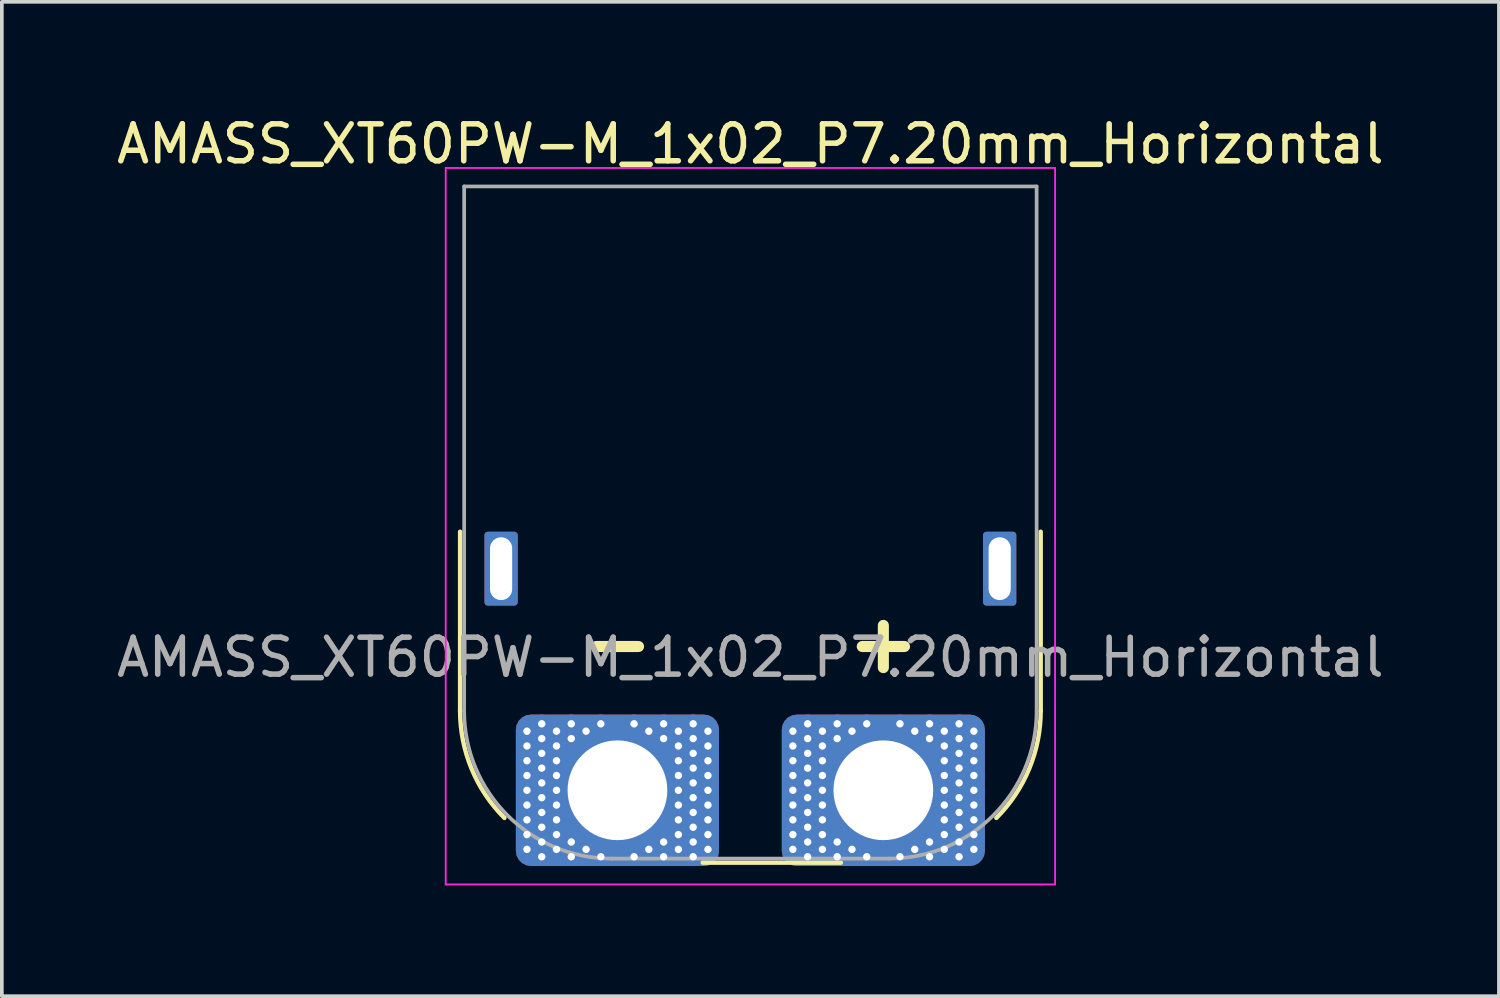
<source format=kicad_pcb>
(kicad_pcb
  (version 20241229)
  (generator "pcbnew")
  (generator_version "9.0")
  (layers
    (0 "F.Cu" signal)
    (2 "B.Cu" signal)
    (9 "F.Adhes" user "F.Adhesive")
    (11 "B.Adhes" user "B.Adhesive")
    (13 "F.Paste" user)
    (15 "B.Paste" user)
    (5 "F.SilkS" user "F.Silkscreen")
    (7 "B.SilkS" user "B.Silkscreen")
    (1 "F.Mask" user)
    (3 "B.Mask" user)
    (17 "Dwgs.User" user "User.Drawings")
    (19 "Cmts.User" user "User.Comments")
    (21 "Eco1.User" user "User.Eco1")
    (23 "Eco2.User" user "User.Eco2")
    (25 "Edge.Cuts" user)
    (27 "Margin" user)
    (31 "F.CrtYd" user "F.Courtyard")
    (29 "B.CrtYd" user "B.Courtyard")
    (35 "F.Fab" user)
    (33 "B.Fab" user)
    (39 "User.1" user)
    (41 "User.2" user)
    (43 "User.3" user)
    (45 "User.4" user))
  (footprint "AMASS_XT60PW-M_1x02_P7.20mm_Horizontal"
    (layer "F.Cu")
    (at 13.668 18.348)
    (property "Reference" "AMASS_XT60PW-M_1x02_P7.20mm_Horizontal" (at 3.6 -17.5 0) (layer "F.SilkS") (effects (font (size 1 1) (thickness 0.15))))
    (attr through_hole)
    (fp_line (start -4.26 -7) (end -4.26 -2.15) (stroke (width 0.12) (type solid)) (layer "F.SilkS"))
    (fp_line (start 2.31 1.96) (end 6.05 1.96) (stroke (width 0.12) (type solid)) (layer "F.SilkS"))
    (fp_line (start 11.46 -7) (end 11.46 -2.15) (stroke (width 0.12) (type solid)) (layer "F.SilkS"))
    (fp_arc (start -3.059582 0.748066) (mid -3.948022 -0.581578) (end -4.26 -2.15) (stroke (width 0.12) (type solid)) (layer "F.SilkS"))
    (fp_arc (start 11.46 -2.15) (mid 11.148022 -0.581578) (end 10.259582 0.748066) (stroke (width 0.12) (type solid)) (layer "F.SilkS"))
    (fp_line (start -4.65 -16.85) (end -4.65 2.55) (stroke (width 0.05) (type solid)) (layer "F.CrtYd"))
    (fp_line (start -4.65 -16.85) (end 11.85 -16.85) (stroke (width 0.05) (type solid)) (layer "F.CrtYd"))
    (fp_line (start 11.85 -16.85) (end 11.85 2.55) (stroke (width 0.05) (type solid)) (layer "F.CrtYd"))
    (fp_line (start 11.85 2.55) (end -4.65 2.55) (stroke (width 0.05) (type solid)) (layer "F.CrtYd"))
    (fp_line (start -4.15 -16.35) (end -4.15 -2.15) (stroke (width 0.1) (type solid)) (layer "F.Fab"))
    (fp_line (start -4.15 -16.35) (end 11.35 -16.35) (stroke (width 0.1) (type solid)) (layer "F.Fab"))
    (fp_line (start -0.15 1.85) (end 7.35 1.85) (stroke (width 0.1) (type solid)) (layer "F.Fab"))
    (fp_line (start 11.35 -16.35) (end 11.35 -2.15) (stroke (width 0.1) (type solid)) (layer "F.Fab"))
    (fp_arc (start -0.15 1.85) (mid -2.978427 0.678427) (end -4.15 -2.15) (stroke (width 0.1) (type solid)) (layer "F.Fab"))
    (fp_arc (start 11.35 -2.15) (mid 10.178427 0.678427) (end 7.35 1.85) (stroke (width 0.1) (type solid)) (layer "F.Fab"))
    (fp_text user "-" (at 0 -4 0) (layer "F.SilkS") (effects (font (size 1.5 1.5) (thickness 0.3) (bold yes))))
    (fp_text user "+" (at 7.2 -4 0) (layer "F.SilkS") (effects (font (size 1.5 1.5) (thickness 0.3) (bold yes))))
    (fp_text user "${REFERENCE}" (at 3.6 -3.6 0) (layer "F.Fab") (effects (font (size 1 1) (thickness 0.15))))
    (pad "1" thru_hole circle (at -2.45 -1.6 90) (size 0.5 0.5) (drill 0.2) (layers "*.Cu"))
    (pad "1" thru_hole circle (at -2.45 -1.2 90) (size 0.5 0.5) (drill 0.2) (layers "*.Cu"))
    (pad "1" thru_hole circle (at -2.45 -0.8 90) (size 0.5 0.5) (drill 0.2) (layers "*.Cu"))
    (pad "1" thru_hole circle (at -2.45 -0.4 90) (size 0.5 0.5) (drill 0.2) (layers "*.Cu"))
    (pad "1" thru_hole circle (at -2.45 0 90) (size 0.5 0.5) (drill 0.2) (layers "*.Cu"))
    (pad "1" thru_hole circle (at -2.45 0.4 90) (size 0.5 0.5) (drill 0.2) (layers "*.Cu"))
    (pad "1" thru_hole circle (at -2.45 0.8 90) (size 0.5 0.5) (drill 0.2) (layers "*.Cu"))
    (pad "1" thru_hole circle (at -2.45 1.2 90) (size 0.5 0.5) (drill 0.2) (layers "*.Cu"))
    (pad "1" thru_hole circle (at -2.45 1.6 90) (size 0.5 0.5) (drill 0.2) (layers "*.Cu"))
    (pad "1" thru_hole circle (at -2.05 -1.8 90) (size 0.5 0.5) (drill 0.2) (layers "*.Cu"))
    (pad "1" thru_hole circle (at -2.05 -1.4 90) (size 0.5 0.5) (drill 0.2) (layers "*.Cu"))
    (pad "1" thru_hole circle (at -2.05 -1 90) (size 0.5 0.5) (drill 0.2) (layers "*.Cu"))
    (pad "1" thru_hole circle (at -2.05 -0.6 90) (size 0.5 0.5) (drill 0.2) (layers "*.Cu"))
    (pad "1" thru_hole circle (at -2.05 -0.2 90) (size 0.5 0.5) (drill 0.2) (layers "*.Cu"))
    (pad "1" thru_hole circle (at -2.05 0.2 90) (size 0.5 0.5) (drill 0.2) (layers "*.Cu"))
    (pad "1" thru_hole circle (at -2.05 0.6 90) (size 0.5 0.5) (drill 0.2) (layers "*.Cu"))
    (pad "1" thru_hole circle (at -2.05 1 90) (size 0.5 0.5) (drill 0.2) (layers "*.Cu"))
    (pad "1" thru_hole circle (at -2.05 1.4 90) (size 0.5 0.5) (drill 0.2) (layers "*.Cu"))
    (pad "1" thru_hole circle (at -2.05 1.8 90) (size 0.5 0.5) (drill 0.2) (layers "*.Cu"))
    (pad "1" thru_hole circle (at -1.65 -1.6 90) (size 0.5 0.5) (drill 0.2) (layers "*.Cu"))
    (pad "1" thru_hole circle (at -1.65 -1.2 90) (size 0.5 0.5) (drill 0.2) (layers "*.Cu"))
    (pad "1" thru_hole circle (at -1.65 -0.8 90) (size 0.5 0.5) (drill 0.2) (layers "*.Cu"))
    (pad "1" thru_hole circle (at -1.65 -0.4 90) (size 0.5 0.5) (drill 0.2) (layers "*.Cu"))
    (pad "1" thru_hole circle (at -1.65 0 90) (size 0.5 0.5) (drill 0.2) (layers "*.Cu"))
    (pad "1" thru_hole circle (at -1.65 0.4 90) (size 0.5 0.5) (drill 0.2) (layers "*.Cu"))
    (pad "1" thru_hole circle (at -1.65 0.8 90) (size 0.5 0.5) (drill 0.2) (layers "*.Cu"))
    (pad "1" thru_hole circle (at -1.65 1.2 90) (size 0.5 0.5) (drill 0.2) (layers "*.Cu"))
    (pad "1" thru_hole circle (at -1.65 1.6 90) (size 0.5 0.5) (drill 0.2) (layers "*.Cu"))
    (pad "1" thru_hole circle (at -1.25 -1.8 90) (size 0.5 0.5) (drill 0.2) (layers "*.Cu"))
    (pad "1" thru_hole circle (at -1.25 -1.4 90) (size 0.5 0.5) (drill 0.2) (layers "*.Cu"))
    (pad "1" thru_hole circle (at -1.25 1.4 90) (size 0.5 0.5) (drill 0.2) (layers "*.Cu"))
    (pad "1" thru_hole circle (at -1.25 1.8 90) (size 0.5 0.5) (drill 0.2) (layers "*.Cu"))
    (pad "1" thru_hole circle (at -0.85 -1.6 90) (size 0.5 0.5) (drill 0.2) (layers "*.Cu"))
    (pad "1" thru_hole circle (at -0.85 1.6 90) (size 0.5 0.5) (drill 0.2) (layers "*.Cu"))
    (pad "1" thru_hole circle (at -0.45 -1.8 90) (size 0.5 0.5) (drill 0.2) (layers "*.Cu"))
    (pad "1" thru_hole circle (at -0.45 1.8 90) (size 0.5 0.5) (drill 0.2) (layers "*.Cu"))
    (pad "1" thru_hole roundrect (at 0 0) (size 5.5 4.1) (drill 2.7) (layers "*.Cu" "*.Mask") (roundrect_rratio 0.1))
    (pad "1" thru_hole circle (at 0.45 -1.8 270) (size 0.5 0.5) (drill 0.2) (layers "*.Cu"))
    (pad "1" thru_hole circle (at 0.45 1.8 270) (size 0.5 0.5) (drill 0.2) (layers "*.Cu"))
    (pad "1" thru_hole circle (at 0.85 -1.6 270) (size 0.5 0.5) (drill 0.2) (layers "*.Cu"))
    (pad "1" thru_hole circle (at 0.85 1.6 270) (size 0.5 0.5) (drill 0.2) (layers "*.Cu"))
    (pad "1" thru_hole circle (at 1.25 -1.8 270) (size 0.5 0.5) (drill 0.2) (layers "*.Cu"))
    (pad "1" thru_hole circle (at 1.25 -1.4 270) (size 0.5 0.5) (drill 0.2) (layers "*.Cu"))
    (pad "1" thru_hole circle (at 1.25 1.4 270) (size 0.5 0.5) (drill 0.2) (layers "*.Cu"))
    (pad "1" thru_hole circle (at 1.25 1.8 270) (size 0.5 0.5) (drill 0.2) (layers "*.Cu"))
    (pad "1" thru_hole circle (at 1.65 -1.6 270) (size 0.5 0.5) (drill 0.2) (layers "*.Cu"))
    (pad "1" thru_hole circle (at 1.65 -1.2 270) (size 0.5 0.5) (drill 0.2) (layers "*.Cu"))
    (pad "1" thru_hole circle (at 1.65 -0.8 270) (size 0.5 0.5) (drill 0.2) (layers "*.Cu"))
    (pad "1" thru_hole circle (at 1.65 -0.4 270) (size 0.5 0.5) (drill 0.2) (layers "*.Cu"))
    (pad "1" thru_hole circle (at 1.65 0 270) (size 0.5 0.5) (drill 0.2) (layers "*.Cu"))
    (pad "1" thru_hole circle (at 1.65 0.4 270) (size 0.5 0.5) (drill 0.2) (layers "*.Cu"))
    (pad "1" thru_hole circle (at 1.65 0.8 270) (size 0.5 0.5) (drill 0.2) (layers "*.Cu"))
    (pad "1" thru_hole circle (at 1.65 1.2 270) (size 0.5 0.5) (drill 0.2) (layers "*.Cu"))
    (pad "1" thru_hole circle (at 1.65 1.6 270) (size 0.5 0.5) (drill 0.2) (layers "*.Cu"))
    (pad "1" thru_hole circle (at 2.05 -1.8 270) (size 0.5 0.5) (drill 0.2) (layers "*.Cu"))
    (pad "1" thru_hole circle (at 2.05 -1.4 270) (size 0.5 0.5) (drill 0.2) (layers "*.Cu"))
    (pad "1" thru_hole circle (at 2.05 -1 270) (size 0.5 0.5) (drill 0.2) (layers "*.Cu"))
    (pad "1" thru_hole circle (at 2.05 -0.6 270) (size 0.5 0.5) (drill 0.2) (layers "*.Cu"))
    (pad "1" thru_hole circle (at 2.05 -0.2 270) (size 0.5 0.5) (drill 0.2) (layers "*.Cu"))
    (pad "1" thru_hole circle (at 2.05 0.2 270) (size 0.5 0.5) (drill 0.2) (layers "*.Cu"))
    (pad "1" thru_hole circle (at 2.05 0.6 270) (size 0.5 0.5) (drill 0.2) (layers "*.Cu"))
    (pad "1" thru_hole circle (at 2.05 1 270) (size 0.5 0.5) (drill 0.2) (layers "*.Cu"))
    (pad "1" thru_hole circle (at 2.05 1.4 270) (size 0.5 0.5) (drill 0.2) (layers "*.Cu"))
    (pad "1" thru_hole circle (at 2.05 1.8 270) (size 0.5 0.5) (drill 0.2) (layers "*.Cu"))
    (pad "1" thru_hole circle (at 2.45 -1.6 270) (size 0.5 0.5) (drill 0.2) (layers "*.Cu"))
    (pad "1" thru_hole circle (at 2.45 -1.2 270) (size 0.5 0.5) (drill 0.2) (layers "*.Cu"))
    (pad "1" thru_hole circle (at 2.45 -0.8 270) (size 0.5 0.5) (drill 0.2) (layers "*.Cu"))
    (pad "1" thru_hole circle (at 2.45 -0.4 270) (size 0.5 0.5) (drill 0.2) (layers "*.Cu"))
    (pad "1" thru_hole circle (at 2.45 0 270) (size 0.5 0.5) (drill 0.2) (layers "*.Cu"))
    (pad "1" thru_hole circle (at 2.45 0.4 270) (size 0.5 0.5) (drill 0.2) (layers "*.Cu"))
    (pad "1" thru_hole circle (at 2.45 0.8 270) (size 0.5 0.5) (drill 0.2) (layers "*.Cu"))
    (pad "1" thru_hole circle (at 2.45 1.2 270) (size 0.5 0.5) (drill 0.2) (layers "*.Cu"))
    (pad "1" thru_hole circle (at 2.45 1.6 270) (size 0.5 0.5) (drill 0.2) (layers "*.Cu"))
    (pad "2" thru_hole circle (at 4.75 -1.6 90) (size 0.5 0.5) (drill 0.2) (layers "*.Cu"))
    (pad "2" thru_hole circle (at 4.75 -1.2 90) (size 0.5 0.5) (drill 0.2) (layers "*.Cu"))
    (pad "2" thru_hole circle (at 4.75 -0.8 90) (size 0.5 0.5) (drill 0.2) (layers "*.Cu"))
    (pad "2" thru_hole circle (at 4.75 -0.4 90) (size 0.5 0.5) (drill 0.2) (layers "*.Cu"))
    (pad "2" thru_hole circle (at 4.75 0 90) (size 0.5 0.5) (drill 0.2) (layers "*.Cu"))
    (pad "2" thru_hole circle (at 4.75 0.4 90) (size 0.5 0.5) (drill 0.2) (layers "*.Cu"))
    (pad "2" thru_hole circle (at 4.75 0.8 90) (size 0.5 0.5) (drill 0.2) (layers "*.Cu"))
    (pad "2" thru_hole circle (at 4.75 1.2 90) (size 0.5 0.5) (drill 0.2) (layers "*.Cu"))
    (pad "2" thru_hole circle (at 4.75 1.6 90) (size 0.5 0.5) (drill 0.2) (layers "*.Cu"))
    (pad "2" thru_hole circle (at 5.15 -1.8 90) (size 0.5 0.5) (drill 0.2) (layers "*.Cu"))
    (pad "2" thru_hole circle (at 5.15 -1.4 90) (size 0.5 0.5) (drill 0.2) (layers "*.Cu"))
    (pad "2" thru_hole circle (at 5.15 -1 90) (size 0.5 0.5) (drill 0.2) (layers "*.Cu"))
    (pad "2" thru_hole circle (at 5.15 -0.6 90) (size 0.5 0.5) (drill 0.2) (layers "*.Cu"))
    (pad "2" thru_hole circle (at 5.15 -0.2 90) (size 0.5 0.5) (drill 0.2) (layers "*.Cu"))
    (pad "2" thru_hole circle (at 5.15 0.2 90) (size 0.5 0.5) (drill 0.2) (layers "*.Cu"))
    (pad "2" thru_hole circle (at 5.15 0.6 90) (size 0.5 0.5) (drill 0.2) (layers "*.Cu"))
    (pad "2" thru_hole circle (at 5.15 1 90) (size 0.5 0.5) (drill 0.2) (layers "*.Cu"))
    (pad "2" thru_hole circle (at 5.15 1.4 90) (size 0.5 0.5) (drill 0.2) (layers "*.Cu"))
    (pad "2" thru_hole circle (at 5.15 1.8 90) (size 0.5 0.5) (drill 0.2) (layers "*.Cu"))
    (pad "2" thru_hole circle (at 5.55 -1.6 90) (size 0.5 0.5) (drill 0.2) (layers "*.Cu"))
    (pad "2" thru_hole circle (at 5.55 -1.2 90) (size 0.5 0.5) (drill 0.2) (layers "*.Cu"))
    (pad "2" thru_hole circle (at 5.55 -0.8 90) (size 0.5 0.5) (drill 0.2) (layers "*.Cu"))
    (pad "2" thru_hole circle (at 5.55 -0.4 90) (size 0.5 0.5) (drill 0.2) (layers "*.Cu"))
    (pad "2" thru_hole circle (at 5.55 0 90) (size 0.5 0.5) (drill 0.2) (layers "*.Cu"))
    (pad "2" thru_hole circle (at 5.55 0.4 90) (size 0.5 0.5) (drill 0.2) (layers "*.Cu"))
    (pad "2" thru_hole circle (at 5.55 0.8 90) (size 0.5 0.5) (drill 0.2) (layers "*.Cu"))
    (pad "2" thru_hole circle (at 5.55 1.2 90) (size 0.5 0.5) (drill 0.2) (layers "*.Cu"))
    (pad "2" thru_hole circle (at 5.55 1.6 90) (size 0.5 0.5) (drill 0.2) (layers "*.Cu"))
    (pad "2" thru_hole circle (at 5.95 -1.8 90) (size 0.5 0.5) (drill 0.2) (layers "*.Cu"))
    (pad "2" thru_hole circle (at 5.95 -1.4 90) (size 0.5 0.5) (drill 0.2) (layers "*.Cu"))
    (pad "2" thru_hole circle (at 5.95 1.4 90) (size 0.5 0.5) (drill 0.2) (layers "*.Cu"))
    (pad "2" thru_hole circle (at 5.95 1.8 90) (size 0.5 0.5) (drill 0.2) (layers "*.Cu"))
    (pad "2" thru_hole circle (at 6.35 -1.6 90) (size 0.5 0.5) (drill 0.2) (layers "*.Cu"))
    (pad "2" thru_hole circle (at 6.35 1.6 90) (size 0.5 0.5) (drill 0.2) (layers "*.Cu"))
    (pad "2" thru_hole circle (at 6.75 -1.8 90) (size 0.5 0.5) (drill 0.2) (layers "*.Cu"))
    (pad "2" thru_hole circle (at 6.75 1.8 90) (size 0.5 0.5) (drill 0.2) (layers "*.Cu"))
    (pad "2" thru_hole roundrect (at 7.2 0) (size 5.5 4.1) (drill 2.7) (layers "*.Cu" "*.Mask") (roundrect_rratio 0.1))
    (pad "2" thru_hole circle (at 7.65 -1.8 270) (size 0.5 0.5) (drill 0.2) (layers "*.Cu"))
    (pad "2" thru_hole circle (at 7.65 1.8 270) (size 0.5 0.5) (drill 0.2) (layers "*.Cu"))
    (pad "2" thru_hole circle (at 8.05 -1.6 270) (size 0.5 0.5) (drill 0.2) (layers "*.Cu"))
    (pad "2" thru_hole circle (at 8.05 1.6 270) (size 0.5 0.5) (drill 0.2) (layers "*.Cu"))
    (pad "2" thru_hole circle (at 8.45 -1.8 270) (size 0.5 0.5) (drill 0.2) (layers "*.Cu"))
    (pad "2" thru_hole circle (at 8.45 -1.4 270) (size 0.5 0.5) (drill 0.2) (layers "*.Cu"))
    (pad "2" thru_hole circle (at 8.45 1.4 270) (size 0.5 0.5) (drill 0.2) (layers "*.Cu"))
    (pad "2" thru_hole circle (at 8.45 1.8 270) (size 0.5 0.5) (drill 0.2) (layers "*.Cu"))
    (pad "2" thru_hole circle (at 8.85 -1.6 270) (size 0.5 0.5) (drill 0.2) (layers "*.Cu"))
    (pad "2" thru_hole circle (at 8.85 -1.2 270) (size 0.5 0.5) (drill 0.2) (layers "*.Cu"))
    (pad "2" thru_hole circle (at 8.85 -0.8 270) (size 0.5 0.5) (drill 0.2) (layers "*.Cu"))
    (pad "2" thru_hole circle (at 8.85 -0.4 270) (size 0.5 0.5) (drill 0.2) (layers "*.Cu"))
    (pad "2" thru_hole circle (at 8.85 0 270) (size 0.5 0.5) (drill 0.2) (layers "*.Cu"))
    (pad "2" thru_hole circle (at 8.85 0.4 270) (size 0.5 0.5) (drill 0.2) (layers "*.Cu"))
    (pad "2" thru_hole circle (at 8.85 0.8 270) (size 0.5 0.5) (drill 0.2) (layers "*.Cu"))
    (pad "2" thru_hole circle (at 8.85 1.2 270) (size 0.5 0.5) (drill 0.2) (layers "*.Cu"))
    (pad "2" thru_hole circle (at 8.85 1.6 270) (size 0.5 0.5) (drill 0.2) (layers "*.Cu"))
    (pad "2" thru_hole circle (at 9.25 -1.8 270) (size 0.5 0.5) (drill 0.2) (layers "*.Cu"))
    (pad "2" thru_hole circle (at 9.25 -1.4 270) (size 0.5 0.5) (drill 0.2) (layers "*.Cu"))
    (pad "2" thru_hole circle (at 9.25 -1 270) (size 0.5 0.5) (drill 0.2) (layers "*.Cu"))
    (pad "2" thru_hole circle (at 9.25 -0.6 270) (size 0.5 0.5) (drill 0.2) (layers "*.Cu"))
    (pad "2" thru_hole circle (at 9.25 -0.2 270) (size 0.5 0.5) (drill 0.2) (layers "*.Cu"))
    (pad "2" thru_hole circle (at 9.25 0.2 270) (size 0.5 0.5) (drill 0.2) (layers "*.Cu"))
    (pad "2" thru_hole circle (at 9.25 0.6 270) (size 0.5 0.5) (drill 0.2) (layers "*.Cu"))
    (pad "2" thru_hole circle (at 9.25 1 270) (size 0.5 0.5) (drill 0.2) (layers "*.Cu"))
    (pad "2" thru_hole circle (at 9.25 1.4 270) (size 0.5 0.5) (drill 0.2) (layers "*.Cu"))
    (pad "2" thru_hole circle (at 9.25 1.8 270) (size 0.5 0.5) (drill 0.2) (layers "*.Cu"))
    (pad "2" thru_hole circle (at 9.65 -1.6 270) (size 0.5 0.5) (drill 0.2) (layers "*.Cu"))
    (pad "2" thru_hole circle (at 9.65 -1.2 270) (size 0.5 0.5) (drill 0.2) (layers "*.Cu"))
    (pad "2" thru_hole circle (at 9.65 -0.8 270) (size 0.5 0.5) (drill 0.2) (layers "*.Cu"))
    (pad "2" thru_hole circle (at 9.65 -0.4 270) (size 0.5 0.5) (drill 0.2) (layers "*.Cu"))
    (pad "2" thru_hole circle (at 9.65 0 270) (size 0.5 0.5) (drill 0.2) (layers "*.Cu"))
    (pad "2" thru_hole circle (at 9.65 0.4 270) (size 0.5 0.5) (drill 0.2) (layers "*.Cu"))
    (pad "2" thru_hole circle (at 9.65 0.8 270) (size 0.5 0.5) (drill 0.2) (layers "*.Cu"))
    (pad "2" thru_hole circle (at 9.65 1.2 270) (size 0.5 0.5) (drill 0.2) (layers "*.Cu"))
    (pad "2" thru_hole circle (at 9.65 1.6 270) (size 0.5 0.5) (drill 0.2) (layers "*.Cu"))
    (pad "MP" thru_hole roundrect (at -3.15 -6) (size 0.9 2) (drill oval 0.6 1.7) (layers "*.Cu" "*.Mask") (roundrect_rratio 0.1))
    (pad "MP" thru_hole roundrect (at 10.35 -6) (size 0.9 2) (drill oval 0.6 1.7) (layers "*.Cu" "*.Mask") (roundrect_rratio 0.1)))
  (gr_rect
    (start -3 -3)
    (end 37.536 23.923)
    (stroke (width 0.1) (type default))
    (fill no)
    (layer "Edge.Cuts")))
</source>
